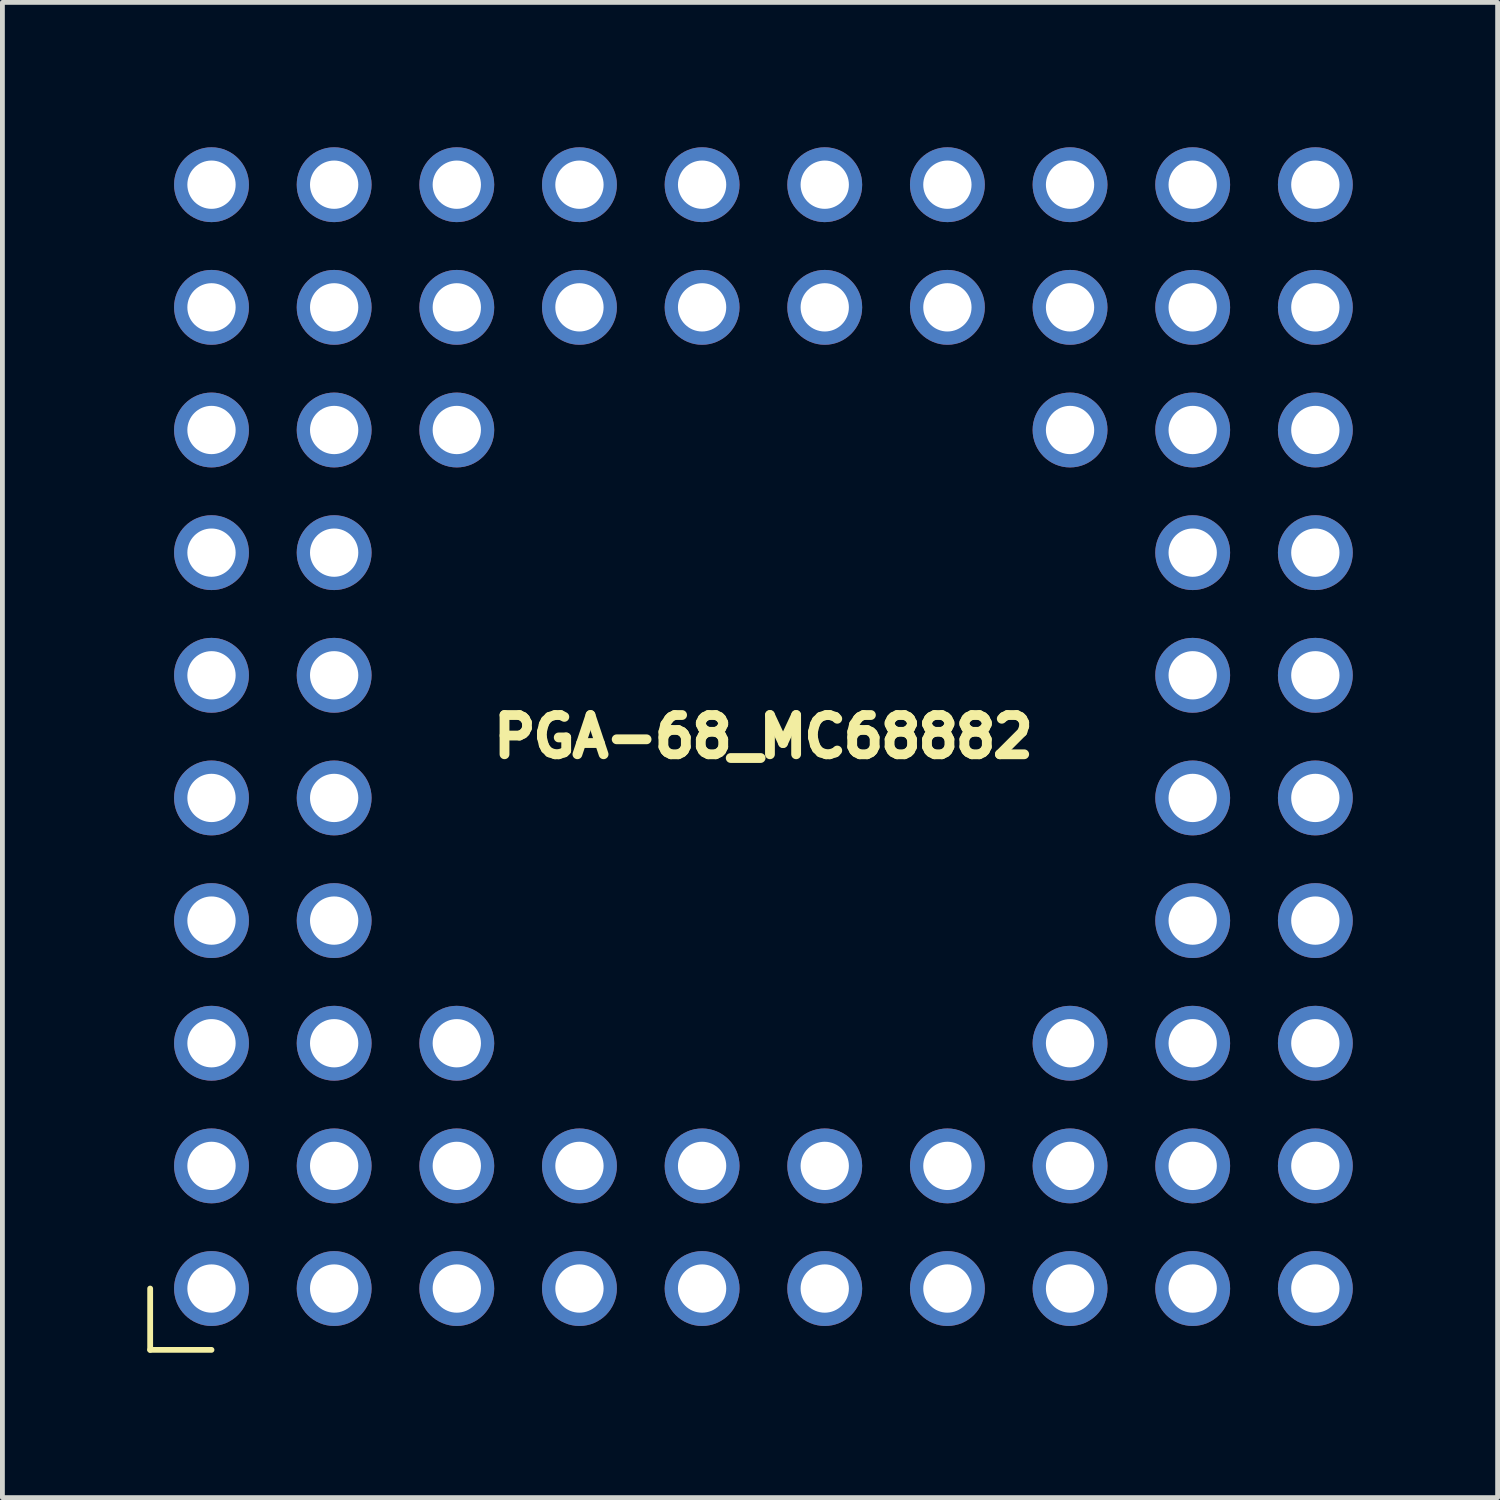
<source format=kicad_pcb>
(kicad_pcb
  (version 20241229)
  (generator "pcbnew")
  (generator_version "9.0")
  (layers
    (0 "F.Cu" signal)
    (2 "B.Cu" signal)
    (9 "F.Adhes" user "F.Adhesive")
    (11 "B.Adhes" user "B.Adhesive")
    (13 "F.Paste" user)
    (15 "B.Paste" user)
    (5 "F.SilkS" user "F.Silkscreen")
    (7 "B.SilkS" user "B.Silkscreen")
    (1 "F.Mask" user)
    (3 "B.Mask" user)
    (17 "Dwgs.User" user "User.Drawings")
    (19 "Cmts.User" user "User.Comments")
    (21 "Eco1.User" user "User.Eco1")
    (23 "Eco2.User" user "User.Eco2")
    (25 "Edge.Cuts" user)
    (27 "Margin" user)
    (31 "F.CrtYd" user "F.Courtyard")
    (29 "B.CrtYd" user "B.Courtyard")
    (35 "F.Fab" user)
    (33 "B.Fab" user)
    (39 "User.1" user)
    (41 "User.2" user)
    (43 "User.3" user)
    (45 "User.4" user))
  (footprint "PGA-68_MC68882"
    (layer "F.Cu")
    (at 12.76 12.205)
    (property "Reference" "PGA-68_MC68882" (at 0 0 0) (layer "F.SilkS") (effects (font (size 0.813 0.813) (thickness 0.203))))
    (attr through_hole)
    (fp_line (start -12.7 11.43) (end -12.7 12.7) (stroke (width 0.12) (type solid)) (layer "F.SilkS"))
    (fp_line (start -12.7 12.7) (end -11.43 12.7) (stroke (width 0.12) (type solid)) (layer "F.SilkS"))
    (pad "A1" thru_hole circle (at -11.43 11.43) (size 1.55 1.55) (drill 1) (layers "*.Cu" "*.Mask"))
    (pad "A2" thru_hole circle (at -8.89 11.43) (size 1.55 1.55) (drill 1) (layers "*.Cu" "*.Mask"))
    (pad "A3" thru_hole circle (at -6.35 11.43) (size 1.55 1.55) (drill 1) (layers "*.Cu" "*.Mask"))
    (pad "A4" thru_hole circle (at -3.81 11.43) (size 1.55 1.55) (drill 1) (layers "*.Cu" "*.Mask"))
    (pad "A5" thru_hole circle (at -1.27 11.43) (size 1.55 1.55) (drill 1) (layers "*.Cu" "*.Mask"))
    (pad "A6" thru_hole circle (at 1.27 11.43) (size 1.55 1.55) (drill 1) (layers "*.Cu" "*.Mask"))
    (pad "A7" thru_hole circle (at 3.81 11.43) (size 1.55 1.55) (drill 1) (layers "*.Cu" "*.Mask"))
    (pad "A8" thru_hole circle (at 6.35 11.43) (size 1.55 1.55) (drill 1) (layers "*.Cu" "*.Mask"))
    (pad "A9" thru_hole circle (at 8.89 11.43) (size 1.55 1.55) (drill 1) (layers "*.Cu" "*.Mask"))
    (pad "A10" thru_hole circle (at 11.43 11.43) (size 1.55 1.55) (drill 1) (layers "*.Cu" "*.Mask"))
    (pad "B1" thru_hole circle (at -11.43 8.89) (size 1.55 1.55) (drill 1) (layers "*.Cu" "*.Mask"))
    (pad "B2" thru_hole circle (at -8.89 8.89) (size 1.55 1.55) (drill 1) (layers "*.Cu" "*.Mask"))
    (pad "B3" thru_hole circle (at -6.35 8.89) (size 1.55 1.55) (drill 1) (layers "*.Cu" "*.Mask"))
    (pad "B4" thru_hole circle (at -3.81 8.89) (size 1.55 1.55) (drill 1) (layers "*.Cu" "*.Mask"))
    (pad "B5" thru_hole circle (at -1.27 8.89) (size 1.55 1.55) (drill 1) (layers "*.Cu" "*.Mask"))
    (pad "B6" thru_hole circle (at 1.27 8.89) (size 1.55 1.55) (drill 1) (layers "*.Cu" "*.Mask"))
    (pad "B7" thru_hole circle (at 3.81 8.89) (size 1.55 1.55) (drill 1) (layers "*.Cu" "*.Mask"))
    (pad "B8" thru_hole circle (at 6.35 8.89) (size 1.55 1.55) (drill 1) (layers "*.Cu" "*.Mask"))
    (pad "B9" thru_hole circle (at 8.89 8.89) (size 1.55 1.55) (drill 1) (layers "*.Cu" "*.Mask"))
    (pad "B10" thru_hole circle (at 11.43 8.89) (size 1.55 1.55) (drill 1) (layers "*.Cu" "*.Mask"))
    (pad "C1" thru_hole circle (at -11.43 6.35) (size 1.55 1.55) (drill 1) (layers "*.Cu" "*.Mask"))
    (pad "C2" thru_hole circle (at -8.89 6.35) (size 1.55 1.55) (drill 1) (layers "*.Cu" "*.Mask"))
    (pad "C3" thru_hole circle (at -6.35 6.35) (size 1.55 1.55) (drill 1) (layers "*.Cu" "*.Mask"))
    (pad "C8" thru_hole circle (at 6.35 6.35) (size 1.55 1.55) (drill 1) (layers "*.Cu" "*.Mask"))
    (pad "C9" thru_hole circle (at 8.89 6.35) (size 1.55 1.55) (drill 1) (layers "*.Cu" "*.Mask"))
    (pad "C10" thru_hole circle (at 11.43 6.35) (size 1.55 1.55) (drill 1) (layers "*.Cu" "*.Mask"))
    (pad "D1" thru_hole circle (at -11.43 3.81) (size 1.55 1.55) (drill 1) (layers "*.Cu" "*.Mask"))
    (pad "D2" thru_hole circle (at -8.89 3.81) (size 1.55 1.55) (drill 1) (layers "*.Cu" "*.Mask"))
    (pad "D9" thru_hole circle (at 8.89 3.81) (size 1.55 1.55) (drill 1) (layers "*.Cu" "*.Mask"))
    (pad "D10" thru_hole circle (at 11.43 3.81) (size 1.55 1.55) (drill 1) (layers "*.Cu" "*.Mask"))
    (pad "E1" thru_hole circle (at -11.43 1.27) (size 1.55 1.55) (drill 1) (layers "*.Cu" "*.Mask"))
    (pad "E2" thru_hole circle (at -8.89 1.27) (size 1.55 1.55) (drill 1) (layers "*.Cu" "*.Mask"))
    (pad "E9" thru_hole circle (at 8.89 1.27) (size 1.55 1.55) (drill 1) (layers "*.Cu" "*.Mask"))
    (pad "E10" thru_hole circle (at 11.43 1.27) (size 1.55 1.55) (drill 1) (layers "*.Cu" "*.Mask"))
    (pad "F1" thru_hole circle (at -11.43 -1.27) (size 1.55 1.55) (drill 1) (layers "*.Cu" "*.Mask"))
    (pad "F2" thru_hole circle (at -8.89 -1.27) (size 1.55 1.55) (drill 1) (layers "*.Cu" "*.Mask"))
    (pad "F9" thru_hole circle (at 8.89 -1.27) (size 1.55 1.55) (drill 1) (layers "*.Cu" "*.Mask"))
    (pad "F10" thru_hole circle (at 11.43 -1.27) (size 1.55 1.55) (drill 1) (layers "*.Cu" "*.Mask"))
    (pad "G1" thru_hole circle (at -11.43 -3.81) (size 1.55 1.55) (drill 1) (layers "*.Cu" "*.Mask"))
    (pad "G2" thru_hole circle (at -8.89 -3.81) (size 1.55 1.55) (drill 1) (layers "*.Cu" "*.Mask"))
    (pad "G9" thru_hole circle (at 8.89 -3.81) (size 1.55 1.55) (drill 1) (layers "*.Cu" "*.Mask"))
    (pad "G10" thru_hole circle (at 11.43 -3.81) (size 1.55 1.55) (drill 1) (layers "*.Cu" "*.Mask"))
    (pad "H1" thru_hole circle (at -11.43 -6.35) (size 1.55 1.55) (drill 1) (layers "*.Cu" "*.Mask"))
    (pad "H2" thru_hole circle (at -8.89 -6.35) (size 1.55 1.55) (drill 1) (layers "*.Cu" "*.Mask"))
    (pad "H3" thru_hole circle (at -6.35 -6.35) (size 1.55 1.55) (drill 1) (layers "*.Cu" "*.Mask"))
    (pad "H8" thru_hole circle (at 6.35 -6.35) (size 1.55 1.55) (drill 1) (layers "*.Cu" "*.Mask"))
    (pad "H9" thru_hole circle (at 8.89 -6.35) (size 1.55 1.55) (drill 1) (layers "*.Cu" "*.Mask"))
    (pad "H10" thru_hole circle (at 11.43 -6.35) (size 1.55 1.55) (drill 1) (layers "*.Cu" "*.Mask"))
    (pad "J1" thru_hole circle (at -11.43 -8.89) (size 1.55 1.55) (drill 1) (layers "*.Cu" "*.Mask"))
    (pad "J2" thru_hole circle (at -8.89 -8.89) (size 1.55 1.55) (drill 1) (layers "*.Cu" "*.Mask"))
    (pad "J3" thru_hole circle (at -6.35 -8.89) (size 1.55 1.55) (drill 1) (layers "*.Cu" "*.Mask"))
    (pad "J4" thru_hole circle (at -3.81 -8.89) (size 1.55 1.55) (drill 1) (layers "*.Cu" "*.Mask"))
    (pad "J5" thru_hole circle (at -1.27 -8.89) (size 1.55 1.55) (drill 1) (layers "*.Cu" "*.Mask"))
    (pad "J6" thru_hole circle (at 1.27 -8.89) (size 1.55 1.55) (drill 1) (layers "*.Cu" "*.Mask"))
    (pad "J7" thru_hole circle (at 3.81 -8.89) (size 1.55 1.55) (drill 1) (layers "*.Cu" "*.Mask"))
    (pad "J8" thru_hole circle (at 6.35 -8.89) (size 1.55 1.55) (drill 1) (layers "*.Cu" "*.Mask"))
    (pad "J9" thru_hole circle (at 8.89 -8.89) (size 1.55 1.55) (drill 1) (layers "*.Cu" "*.Mask"))
    (pad "J10" thru_hole circle (at 11.43 -8.89) (size 1.55 1.55) (drill 1) (layers "*.Cu" "*.Mask"))
    (pad "K1" thru_hole circle (at -11.43 -11.43) (size 1.55 1.55) (drill 1) (layers "*.Cu" "*.Mask"))
    (pad "K2" thru_hole circle (at -8.89 -11.43) (size 1.55 1.55) (drill 1) (layers "*.Cu" "*.Mask"))
    (pad "K3" thru_hole circle (at -6.35 -11.43) (size 1.55 1.55) (drill 1) (layers "*.Cu" "*.Mask"))
    (pad "K4" thru_hole circle (at -3.81 -11.43) (size 1.55 1.55) (drill 1) (layers "*.Cu" "*.Mask"))
    (pad "K5" thru_hole circle (at -1.27 -11.43) (size 1.55 1.55) (drill 1) (layers "*.Cu" "*.Mask"))
    (pad "K6" thru_hole circle (at 1.27 -11.43) (size 1.55 1.55) (drill 1) (layers "*.Cu" "*.Mask"))
    (pad "K7" thru_hole circle (at 3.81 -11.43) (size 1.55 1.55) (drill 1) (layers "*.Cu" "*.Mask"))
    (pad "K8" thru_hole circle (at 6.35 -11.43) (size 1.55 1.55) (drill 1) (layers "*.Cu" "*.Mask"))
    (pad "K9" thru_hole circle (at 8.89 -11.43) (size 1.55 1.55) (drill 1) (layers "*.Cu" "*.Mask"))
    (pad "K10" thru_hole circle (at 11.43 -11.43) (size 1.55 1.55) (drill 1) (layers "*.Cu" "*.Mask")))
  (gr_rect
    (start -3 -3)
    (end 27.965 27.965)
    (stroke (width 0.1) (type default))
    (fill no)
    (layer "Edge.Cuts")))
</source>
